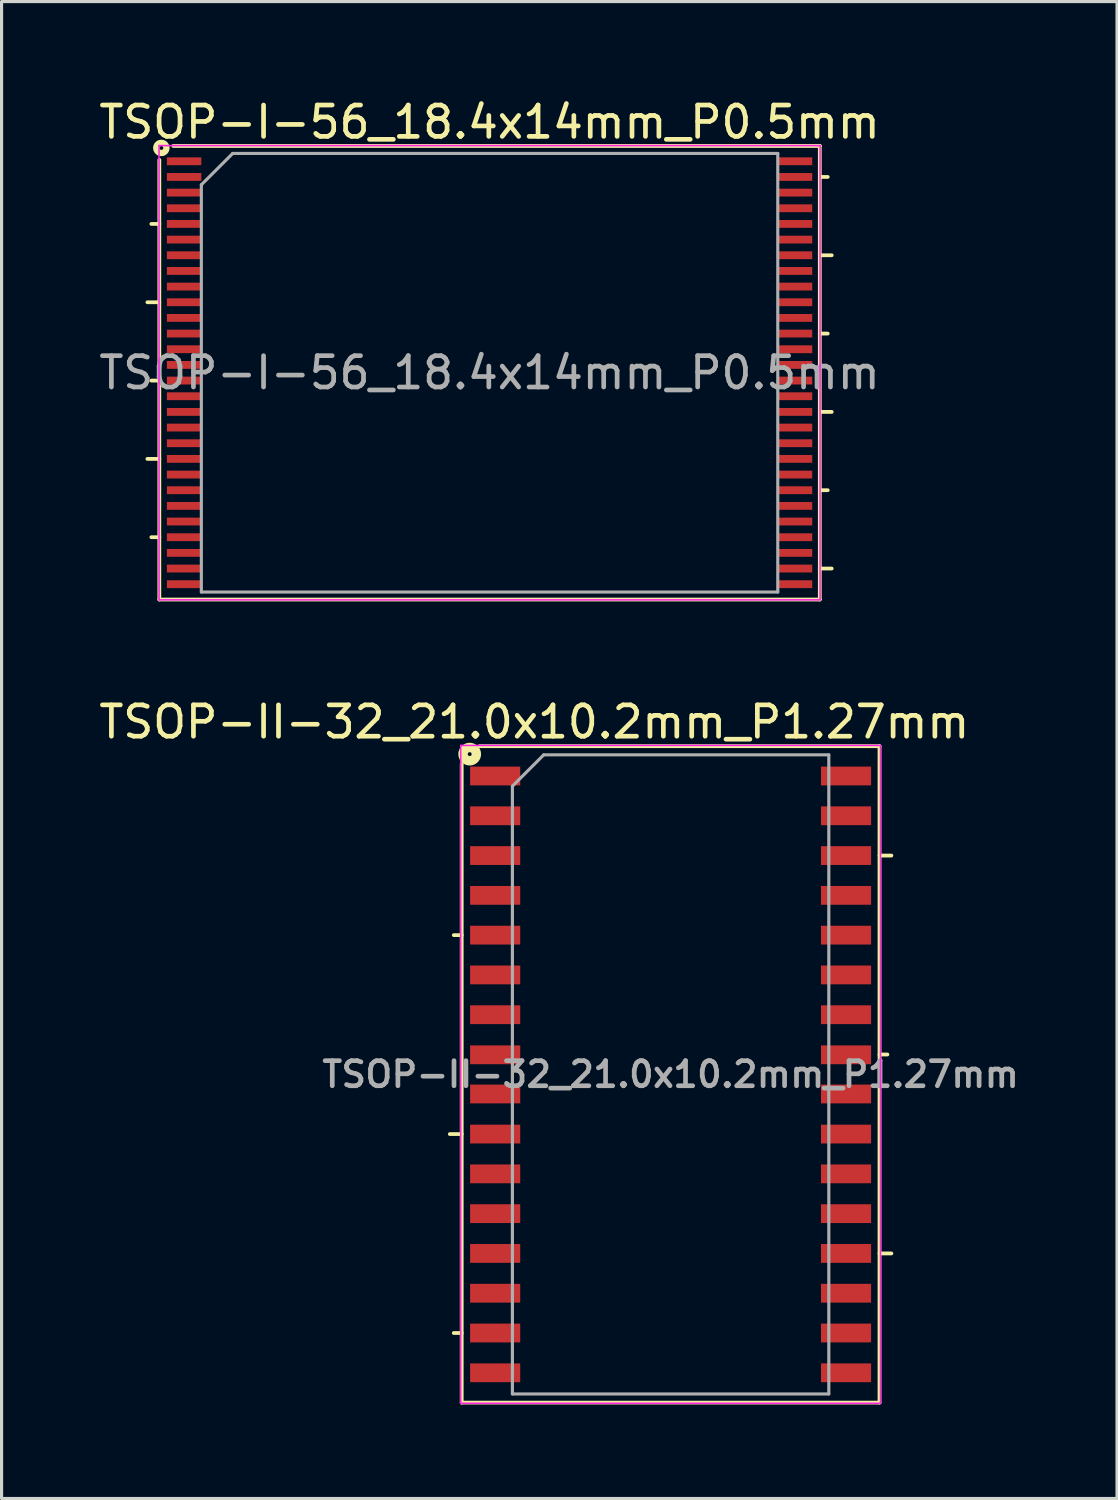
<source format=kicad_pcb>
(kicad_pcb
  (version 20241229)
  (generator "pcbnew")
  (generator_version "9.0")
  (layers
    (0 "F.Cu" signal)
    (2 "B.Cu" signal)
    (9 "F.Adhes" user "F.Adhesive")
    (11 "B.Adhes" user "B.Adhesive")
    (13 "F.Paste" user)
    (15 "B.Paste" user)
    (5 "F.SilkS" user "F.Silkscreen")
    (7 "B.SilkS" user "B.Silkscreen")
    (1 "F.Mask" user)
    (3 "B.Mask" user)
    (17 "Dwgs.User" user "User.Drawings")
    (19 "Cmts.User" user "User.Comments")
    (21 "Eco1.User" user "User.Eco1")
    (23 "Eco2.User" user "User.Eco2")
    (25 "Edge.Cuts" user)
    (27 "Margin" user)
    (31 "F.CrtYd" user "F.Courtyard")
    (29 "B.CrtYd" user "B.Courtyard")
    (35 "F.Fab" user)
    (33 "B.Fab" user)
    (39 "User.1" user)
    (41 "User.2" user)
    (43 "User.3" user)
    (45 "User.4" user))
  (footprint "TSOP-I-56_18.4x14mm_P0.5mm"
    (layer "F.Cu")
    (at 12.577 8.848)
    (property "Reference" "TSOP-I-56_18.4x14mm_P0.5mm" (at 0 -8 0) (layer "F.SilkS") (effects (font (size 1 1) (thickness 0.15))))
    (attr smd)
    (fp_line (start -10.922 -2.25) (end -10.541 -2.25) (stroke (width 0.12) (type solid)) (layer "F.SilkS"))
    (fp_line (start -10.922 2.75) (end -10.541 2.75) (stroke (width 0.12) (type solid)) (layer "F.SilkS"))
    (fp_line (start -10.795 -4.75) (end -10.541 -4.75) (stroke (width 0.12) (type solid)) (layer "F.SilkS"))
    (fp_line (start -10.795 0.25) (end -10.541 0.25) (stroke (width 0.12) (type solid)) (layer "F.SilkS"))
    (fp_line (start -10.795 5.25) (end -10.541 5.25) (stroke (width 0.12) (type solid)) (layer "F.SilkS"))
    (fp_line (start -10.541 -6.795) (end -10.541 7.239) (stroke (width 0.12) (type solid)) (layer "F.SilkS"))
    (fp_line (start -10.541 7.239) (end 10.541 7.239) (stroke (width 0.12) (type solid)) (layer "F.SilkS"))
    (fp_line (start 10.541 -7.239) (end -10.097 -7.239) (stroke (width 0.12) (type solid)) (layer "F.SilkS"))
    (fp_line (start 10.541 7.239) (end 10.541 -7.239) (stroke (width 0.12) (type solid)) (layer "F.SilkS"))
    (fp_line (start 10.795 -6.25) (end 10.541 -6.25) (stroke (width 0.12) (type solid)) (layer "F.SilkS"))
    (fp_line (start 10.795 -1.25) (end 10.541 -1.25) (stroke (width 0.12) (type solid)) (layer "F.SilkS"))
    (fp_line (start 10.795 3.75) (end 10.541 3.75) (stroke (width 0.12) (type solid)) (layer "F.SilkS"))
    (fp_line (start 10.922 -3.75) (end 10.541 -3.75) (stroke (width 0.12) (type solid)) (layer "F.SilkS"))
    (fp_line (start 10.922 1.25) (end 10.541 1.25) (stroke (width 0.12) (type solid)) (layer "F.SilkS"))
    (fp_line (start 10.922 6.25) (end 10.541 6.25) (stroke (width 0.12) (type solid)) (layer "F.SilkS"))
    (fp_circle (center -10.477 -7.176) (end -10.414 -7.176) (stroke (width 0.2) (type solid)) (fill no) (layer "F.SilkS"))
    (fp_line (start -10.55 -7.25) (end 10.55 -7.25) (stroke (width 0.05) (type solid)) (layer "F.CrtYd"))
    (fp_line (start -10.55 7.25) (end -10.55 -7.25) (stroke (width 0.05) (type solid)) (layer "F.CrtYd"))
    (fp_line (start 10.55 -7.25) (end 10.55 7.25) (stroke (width 0.05) (type solid)) (layer "F.CrtYd"))
    (fp_line (start 10.55 7.25) (end -10.55 7.25) (stroke (width 0.05) (type solid)) (layer "F.CrtYd"))
    (fp_line (start -9.2 7) (end -9.2 -6) (stroke (width 0.1) (type solid)) (layer "F.Fab"))
    (fp_line (start -8.2 -7) (end -9.2 -6) (stroke (width 0.1) (type solid)) (layer "F.Fab"))
    (fp_line (start -8.2 -7) (end 9.2 -7) (stroke (width 0.1) (type solid)) (layer "F.Fab"))
    (fp_line (start 9.2 -7) (end 9.2 7) (stroke (width 0.1) (type solid)) (layer "F.Fab"))
    (fp_line (start 9.2 7) (end -9.2 7) (stroke (width 0.1) (type solid)) (layer "F.Fab"))
    (fp_text user "${REFERENCE}" (at 0 0 0) (layer "F.Fab") (effects (font (size 1 1) (thickness 0.15))))
    (pad "1" smd rect (at -9.75 -6.75) (size 1.1 0.25) (layers "F.Cu" "F.Mask" "F.Paste"))
    (pad "2" smd rect (at -9.75 -6.25) (size 1.1 0.25) (layers "F.Cu" "F.Mask" "F.Paste"))
    (pad "3" smd rect (at -9.75 -5.75) (size 1.1 0.25) (layers "F.Cu" "F.Mask" "F.Paste"))
    (pad "4" smd rect (at -9.75 -5.25) (size 1.1 0.25) (layers "F.Cu" "F.Mask" "F.Paste"))
    (pad "5" smd rect (at -9.75 -4.75) (size 1.1 0.25) (layers "F.Cu" "F.Mask" "F.Paste"))
    (pad "6" smd rect (at -9.75 -4.25) (size 1.1 0.25) (layers "F.Cu" "F.Mask" "F.Paste"))
    (pad "7" smd rect (at -9.75 -3.75) (size 1.1 0.25) (layers "F.Cu" "F.Mask" "F.Paste"))
    (pad "8" smd rect (at -9.75 -3.25) (size 1.1 0.25) (layers "F.Cu" "F.Mask" "F.Paste"))
    (pad "9" smd rect (at -9.75 -2.75) (size 1.1 0.25) (layers "F.Cu" "F.Mask" "F.Paste"))
    (pad "10" smd rect (at -9.75 -2.25) (size 1.1 0.25) (layers "F.Cu" "F.Mask" "F.Paste"))
    (pad "11" smd rect (at -9.75 -1.75) (size 1.1 0.25) (layers "F.Cu" "F.Mask" "F.Paste"))
    (pad "12" smd rect (at -9.75 -1.25) (size 1.1 0.25) (layers "F.Cu" "F.Mask" "F.Paste"))
    (pad "13" smd rect (at -9.75 -0.75) (size 1.1 0.25) (layers "F.Cu" "F.Mask" "F.Paste"))
    (pad "14" smd rect (at -9.75 -0.25) (size 1.1 0.25) (layers "F.Cu" "F.Mask" "F.Paste"))
    (pad "15" smd rect (at -9.75 0.25) (size 1.1 0.25) (layers "F.Cu" "F.Mask" "F.Paste"))
    (pad "16" smd rect (at -9.75 0.75) (size 1.1 0.25) (layers "F.Cu" "F.Mask" "F.Paste"))
    (pad "17" smd rect (at -9.75 1.25) (size 1.1 0.25) (layers "F.Cu" "F.Mask" "F.Paste"))
    (pad "18" smd rect (at -9.75 1.75) (size 1.1 0.25) (layers "F.Cu" "F.Mask" "F.Paste"))
    (pad "19" smd rect (at -9.75 2.25) (size 1.1 0.25) (layers "F.Cu" "F.Mask" "F.Paste"))
    (pad "20" smd rect (at -9.75 2.75) (size 1.1 0.25) (layers "F.Cu" "F.Mask" "F.Paste"))
    (pad "21" smd rect (at -9.75 3.25) (size 1.1 0.25) (layers "F.Cu" "F.Mask" "F.Paste"))
    (pad "22" smd rect (at -9.75 3.75) (size 1.1 0.25) (layers "F.Cu" "F.Mask" "F.Paste"))
    (pad "23" smd rect (at -9.75 4.25) (size 1.1 0.25) (layers "F.Cu" "F.Mask" "F.Paste"))
    (pad "24" smd rect (at -9.75 4.75) (size 1.1 0.25) (layers "F.Cu" "F.Mask" "F.Paste"))
    (pad "25" smd rect (at -9.75 5.25) (size 1.1 0.25) (layers "F.Cu" "F.Mask" "F.Paste"))
    (pad "26" smd rect (at -9.75 5.75) (size 1.1 0.25) (layers "F.Cu" "F.Mask" "F.Paste"))
    (pad "27" smd rect (at -9.75 6.25) (size 1.1 0.25) (layers "F.Cu" "F.Mask" "F.Paste"))
    (pad "28" smd rect (at -9.75 6.75) (size 1.1 0.25) (layers "F.Cu" "F.Mask" "F.Paste"))
    (pad "29" smd rect (at 9.75 6.75) (size 1.1 0.25) (layers "F.Cu" "F.Mask" "F.Paste"))
    (pad "30" smd rect (at 9.75 6.25) (size 1.1 0.25) (layers "F.Cu" "F.Mask" "F.Paste"))
    (pad "31" smd rect (at 9.75 5.75) (size 1.1 0.25) (layers "F.Cu" "F.Mask" "F.Paste"))
    (pad "32" smd rect (at 9.75 5.25) (size 1.1 0.25) (layers "F.Cu" "F.Mask" "F.Paste"))
    (pad "33" smd rect (at 9.75 4.75) (size 1.1 0.25) (layers "F.Cu" "F.Mask" "F.Paste"))
    (pad "34" smd rect (at 9.75 4.25) (size 1.1 0.25) (layers "F.Cu" "F.Mask" "F.Paste"))
    (pad "35" smd rect (at 9.75 3.75) (size 1.1 0.25) (layers "F.Cu" "F.Mask" "F.Paste"))
    (pad "36" smd rect (at 9.75 3.25) (size 1.1 0.25) (layers "F.Cu" "F.Mask" "F.Paste"))
    (pad "37" smd rect (at 9.75 2.75) (size 1.1 0.25) (layers "F.Cu" "F.Mask" "F.Paste"))
    (pad "38" smd rect (at 9.75 2.25) (size 1.1 0.25) (layers "F.Cu" "F.Mask" "F.Paste"))
    (pad "39" smd rect (at 9.75 1.75) (size 1.1 0.25) (layers "F.Cu" "F.Mask" "F.Paste"))
    (pad "40" smd rect (at 9.75 1.25) (size 1.1 0.25) (layers "F.Cu" "F.Mask" "F.Paste"))
    (pad "41" smd rect (at 9.75 0.75) (size 1.1 0.25) (layers "F.Cu" "F.Mask" "F.Paste"))
    (pad "42" smd rect (at 9.75 0.25) (size 1.1 0.25) (layers "F.Cu" "F.Mask" "F.Paste"))
    (pad "43" smd rect (at 9.75 -0.25) (size 1.1 0.25) (layers "F.Cu" "F.Mask" "F.Paste"))
    (pad "44" smd rect (at 9.75 -0.75) (size 1.1 0.25) (layers "F.Cu" "F.Mask" "F.Paste"))
    (pad "45" smd rect (at 9.75 -1.25) (size 1.1 0.25) (layers "F.Cu" "F.Mask" "F.Paste"))
    (pad "46" smd rect (at 9.75 -1.75) (size 1.1 0.25) (layers "F.Cu" "F.Mask" "F.Paste"))
    (pad "47" smd rect (at 9.75 -2.25) (size 1.1 0.25) (layers "F.Cu" "F.Mask" "F.Paste"))
    (pad "48" smd rect (at 9.75 -2.75) (size 1.1 0.25) (layers "F.Cu" "F.Mask" "F.Paste"))
    (pad "49" smd rect (at 9.75 -3.25) (size 1.1 0.25) (layers "F.Cu" "F.Mask" "F.Paste"))
    (pad "50" smd rect (at 9.75 -3.75) (size 1.1 0.25) (layers "F.Cu" "F.Mask" "F.Paste"))
    (pad "51" smd rect (at 9.75 -4.25) (size 1.1 0.25) (layers "F.Cu" "F.Mask" "F.Paste"))
    (pad "52" smd rect (at 9.75 -4.75) (size 1.1 0.25) (layers "F.Cu" "F.Mask" "F.Paste"))
    (pad "53" smd rect (at 9.75 -5.25) (size 1.1 0.25) (layers "F.Cu" "F.Mask" "F.Paste"))
    (pad "54" smd rect (at 9.75 -5.75) (size 1.1 0.25) (layers "F.Cu" "F.Mask" "F.Paste"))
    (pad "55" smd rect (at 9.75 -6.25) (size 1.1 0.25) (layers "F.Cu" "F.Mask" "F.Paste"))
    (pad "56" smd rect (at 9.75 -6.75) (size 1.1 0.25) (layers "F.Cu" "F.Mask" "F.Paste")))
  (footprint "TSOP-II-32_21.0x10.2mm_P1.27mm"
    (layer "F.Cu")
    (at 18.356 31.245)
    (property "Reference" "TSOP-II-32_21.0x10.2mm_P1.27mm" (at -4.35 -11.25 0) (layer "F.SilkS") (effects (font (size 1 1) (thickness 0.15))))
    (attr smd)
    (fp_line (start -6.668 -9.906) (end -6.668 10.477) (stroke (width 0.12) (type solid)) (layer "F.SilkS"))
    (fp_line (start -6.668 -4.445) (end -6.921 -4.445) (stroke (width 0.12) (type solid)) (layer "F.SilkS"))
    (fp_line (start -6.668 1.905) (end -7.048 1.905) (stroke (width 0.12) (type solid)) (layer "F.SilkS"))
    (fp_line (start -6.668 8.255) (end -6.921 8.255) (stroke (width 0.12) (type solid)) (layer "F.SilkS"))
    (fp_line (start -6.668 10.477) (end 6.668 10.477) (stroke (width 0.12) (type solid)) (layer "F.SilkS"))
    (fp_line (start 6.668 -10.477) (end -6.096 -10.477) (stroke (width 0.12) (type solid)) (layer "F.SilkS"))
    (fp_line (start 6.668 -6.985) (end 7.048 -6.985) (stroke (width 0.12) (type solid)) (layer "F.SilkS"))
    (fp_line (start 6.668 -0.635) (end 6.921 -0.635) (stroke (width 0.12) (type solid)) (layer "F.SilkS"))
    (fp_line (start 6.668 5.715) (end 7.048 5.715) (stroke (width 0.12) (type solid)) (layer "F.SilkS"))
    (fp_line (start 6.668 10.477) (end 6.668 -10.477) (stroke (width 0.12) (type solid)) (layer "F.SilkS"))
    (fp_circle (center -6.413 -10.223) (end -6.35 -10.223) (stroke (width 0.3) (type solid)) (fill no) (layer "F.SilkS"))
    (fp_line (start -6.7 -10.5) (end -6.7 10.5) (stroke (width 0.05) (type solid)) (layer "F.CrtYd"))
    (fp_line (start -6.7 -10.5) (end 6.7 -10.5) (stroke (width 0.05) (type solid)) (layer "F.CrtYd"))
    (fp_line (start -6.7 10.5) (end 6.7 10.5) (stroke (width 0.05) (type solid)) (layer "F.CrtYd"))
    (fp_line (start 6.7 -10.5) (end 6.7 10.5) (stroke (width 0.05) (type solid)) (layer "F.CrtYd"))
    (fp_line (start -5.05 -9.2) (end -4.05 -10.2) (stroke (width 0.1) (type solid)) (layer "F.Fab"))
    (fp_line (start -5.05 10.2) (end -5.05 -9.2) (stroke (width 0.1) (type solid)) (layer "F.Fab"))
    (fp_line (start -4.05 -10.2) (end 5.05 -10.2) (stroke (width 0.1) (type solid)) (layer "F.Fab"))
    (fp_line (start 5.05 -10.2) (end 5.05 10.2) (stroke (width 0.1) (type solid)) (layer "F.Fab"))
    (fp_line (start 5.05 10.2) (end -5.05 10.2) (stroke (width 0.1) (type solid)) (layer "F.Fab"))
    (fp_text user "${REFERENCE}" (at 0 0 0) (layer "F.Fab") (effects (font (size 0.8 0.8) (thickness 0.15))))
    (pad "1" smd rect (at -5.6 -9.525) (size 1.6 0.6) (layers "F.Cu" "F.Mask" "F.Paste"))
    (pad "2" smd rect (at -5.6 -8.255) (size 1.6 0.6) (layers "F.Cu" "F.Mask" "F.Paste"))
    (pad "3" smd rect (at -5.6 -6.985) (size 1.6 0.6) (layers "F.Cu" "F.Mask" "F.Paste"))
    (pad "4" smd rect (at -5.6 -5.715) (size 1.6 0.6) (layers "F.Cu" "F.Mask" "F.Paste"))
    (pad "5" smd rect (at -5.6 -4.445) (size 1.6 0.6) (layers "F.Cu" "F.Mask" "F.Paste"))
    (pad "6" smd rect (at -5.6 -3.175) (size 1.6 0.6) (layers "F.Cu" "F.Mask" "F.Paste"))
    (pad "7" smd rect (at -5.6 -1.905) (size 1.6 0.6) (layers "F.Cu" "F.Mask" "F.Paste"))
    (pad "8" smd rect (at -5.6 -0.625) (size 1.6 0.6) (layers "F.Cu" "F.Mask" "F.Paste"))
    (pad "9" smd rect (at -5.6 0.625) (size 1.6 0.6) (layers "F.Cu" "F.Mask" "F.Paste"))
    (pad "10" smd rect (at -5.6 1.905) (size 1.6 0.6) (layers "F.Cu" "F.Mask" "F.Paste"))
    (pad "11" smd rect (at -5.6 3.175) (size 1.6 0.6) (layers "F.Cu" "F.Mask" "F.Paste"))
    (pad "12" smd rect (at -5.6 4.445) (size 1.6 0.6) (layers "F.Cu" "F.Mask" "F.Paste"))
    (pad "13" smd rect (at -5.6 5.715) (size 1.6 0.6) (layers "F.Cu" "F.Mask" "F.Paste"))
    (pad "14" smd rect (at -5.6 6.985) (size 1.6 0.6) (layers "F.Cu" "F.Mask" "F.Paste"))
    (pad "15" smd rect (at -5.6 8.255) (size 1.6 0.6) (layers "F.Cu" "F.Mask" "F.Paste"))
    (pad "16" smd rect (at -5.6 9.525) (size 1.6 0.6) (layers "F.Cu" "F.Mask" "F.Paste"))
    (pad "17" smd rect (at 5.6 9.525) (size 1.6 0.6) (layers "F.Cu" "F.Mask" "F.Paste"))
    (pad "18" smd rect (at 5.6 8.255) (size 1.6 0.6) (layers "F.Cu" "F.Mask" "F.Paste"))
    (pad "19" smd rect (at 5.6 6.985) (size 1.6 0.6) (layers "F.Cu" "F.Mask" "F.Paste"))
    (pad "20" smd rect (at 5.6 5.715) (size 1.6 0.6) (layers "F.Cu" "F.Mask" "F.Paste"))
    (pad "21" smd rect (at 5.6 4.445) (size 1.6 0.6) (layers "F.Cu" "F.Mask" "F.Paste"))
    (pad "22" smd rect (at 5.6 3.175) (size 1.6 0.6) (layers "F.Cu" "F.Mask" "F.Paste"))
    (pad "23" smd rect (at 5.6 1.905) (size 1.6 0.6) (layers "F.Cu" "F.Mask" "F.Paste"))
    (pad "24" smd rect (at 5.6 0.625) (size 1.6 0.6) (layers "F.Cu" "F.Mask" "F.Paste"))
    (pad "25" smd rect (at 5.6 -0.625) (size 1.6 0.6) (layers "F.Cu" "F.Mask" "F.Paste"))
    (pad "26" smd rect (at 5.6 -1.905) (size 1.6 0.6) (layers "F.Cu" "F.Mask" "F.Paste"))
    (pad "27" smd rect (at 5.6 -3.175) (size 1.6 0.6) (layers "F.Cu" "F.Mask" "F.Paste"))
    (pad "28" smd rect (at 5.6 -4.445) (size 1.6 0.6) (layers "F.Cu" "F.Mask" "F.Paste"))
    (pad "29" smd rect (at 5.6 -5.715) (size 1.6 0.6) (layers "F.Cu" "F.Mask" "F.Paste"))
    (pad "30" smd rect (at 5.6 -6.985) (size 1.6 0.6) (layers "F.Cu" "F.Mask" "F.Paste"))
    (pad "31" smd rect (at 5.6 -8.255) (size 1.6 0.6) (layers "F.Cu" "F.Mask" "F.Paste"))
    (pad "32" smd rect (at 5.6 -9.525) (size 1.6 0.6) (layers "F.Cu" "F.Mask" "F.Paste")))
  (gr_rect
    (start -3 -3)
    (end 32.606 44.783)
    (stroke (width 0.1) (type default))
    (fill no)
    (layer "Edge.Cuts")))
</source>
